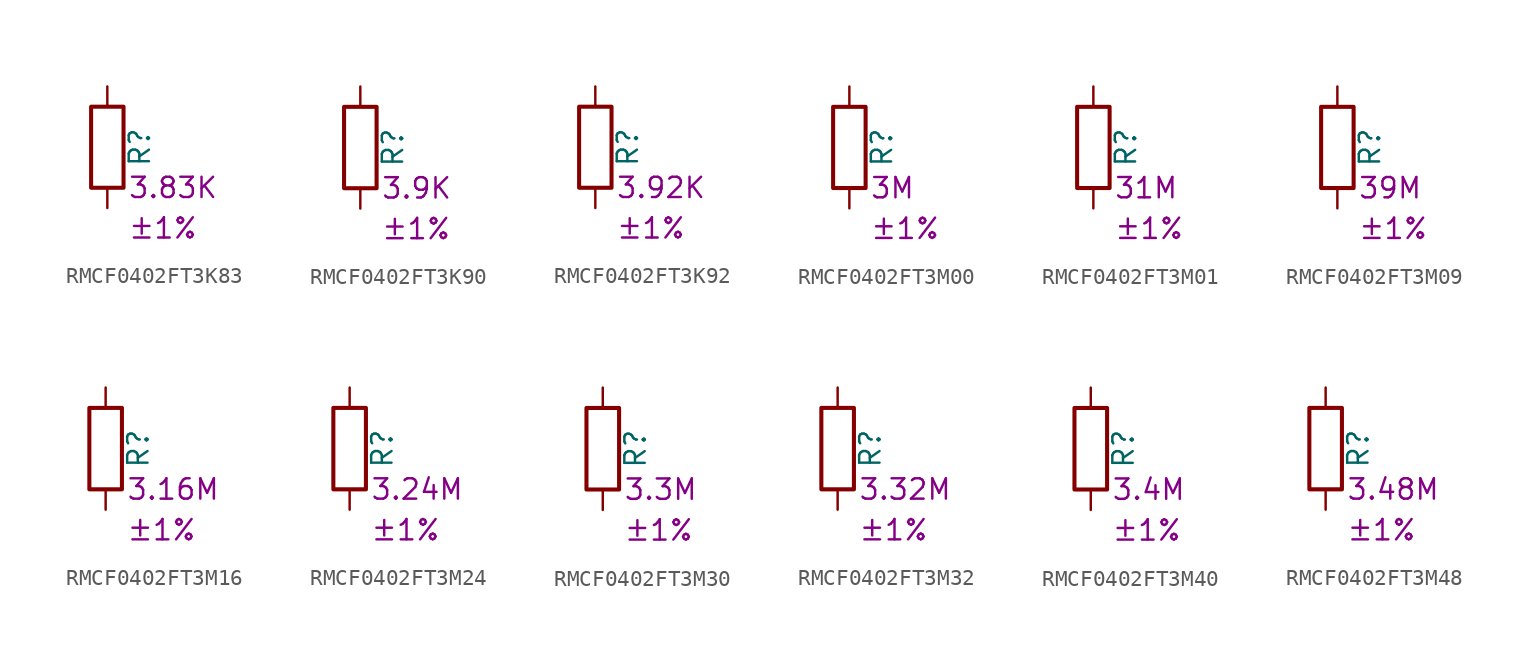
<source format=kicad_sym>
(kicad_symbol_lib
  (version 20220914)
  (generator kicad_symbol_editor)
  (symbol "RMCF0402FT3K83"
    (pin_numbers hide)
    (pin_names
      (offset 0))
    (property "Reference" "R"
      (at 2.032 0 90)
      (effects (font (size 1.27 1.27))))
    (property "Resistance" "3.83K"
      (at 1.27 -2.54 0)
      (effects (font (size 1.27 1.27)) (justify left)))
    (property "Tolerance" "±1%"
      (at 1.27 -5.08 0)
      (effects (font (size 1.27 1.27)) (justify left)))
    (symbol "RMCF0402FT3K83_0_1"
      (rectangle (start -1.016 -2.54) (end 1.016 2.54) (stroke (width 0.254) (type default)) (fill (type none))))
    (symbol "RMCF0402FT3K83_1_1"
      (pin passive line (at 0 3.81 270) (length 1.27) (name "~" (effects (font (size 1.27 1.27)))) (number "1" (effects (font (size 1.27 1.27)))))
      (pin passive line (at 0 -3.81 90) (length 1.27) (name "~" (effects (font (size 1.27 1.27)))) (number "2" (effects (font (size 1.27 1.27)))))))
  (symbol "RMCF0402FT3K90"
    (pin_numbers hide)
    (pin_names
      (offset 0))
    (property "Reference" "R"
      (at 2.032 0 90)
      (effects (font (size 1.27 1.27))))
    (property "Resistance" "3.9K"
      (at 1.27 -2.54 0)
      (effects (font (size 1.27 1.27)) (justify left)))
    (property "Tolerance" "±1%"
      (at 1.27 -5.08 0)
      (effects (font (size 1.27 1.27)) (justify left)))
    (symbol "RMCF0402FT3K90_0_1"
      (rectangle (start -1.016 -2.54) (end 1.016 2.54) (stroke (width 0.254) (type default)) (fill (type none))))
    (symbol "RMCF0402FT3K90_1_1"
      (pin passive line (at 0 3.81 270) (length 1.27) (name "~" (effects (font (size 1.27 1.27)))) (number "1" (effects (font (size 1.27 1.27)))))
      (pin passive line (at 0 -3.81 90) (length 1.27) (name "~" (effects (font (size 1.27 1.27)))) (number "2" (effects (font (size 1.27 1.27)))))))
  (symbol "RMCF0402FT3K92"
    (pin_numbers hide)
    (pin_names
      (offset 0))
    (property "Reference" "R"
      (at 2.032 0 90)
      (effects (font (size 1.27 1.27))))
    (property "Resistance" "3.92K"
      (at 1.27 -2.54 0)
      (effects (font (size 1.27 1.27)) (justify left)))
    (property "Tolerance" "±1%"
      (at 1.27 -5.08 0)
      (effects (font (size 1.27 1.27)) (justify left)))
    (symbol "RMCF0402FT3K92_0_1"
      (rectangle (start -1.016 -2.54) (end 1.016 2.54) (stroke (width 0.254) (type default)) (fill (type none))))
    (symbol "RMCF0402FT3K92_1_1"
      (pin passive line (at 0 3.81 270) (length 1.27) (name "~" (effects (font (size 1.27 1.27)))) (number "1" (effects (font (size 1.27 1.27)))))
      (pin passive line (at 0 -3.81 90) (length 1.27) (name "~" (effects (font (size 1.27 1.27)))) (number "2" (effects (font (size 1.27 1.27)))))))
  (symbol "RMCF0402FT3M00"
    (pin_numbers hide)
    (pin_names
      (offset 0))
    (property "Reference" "R"
      (at 2.032 0 90)
      (effects (font (size 1.27 1.27))))
    (property "Resistance" "3M"
      (at 1.27 -2.54 0)
      (effects (font (size 1.27 1.27)) (justify left)))
    (property "Tolerance" "±1%"
      (at 1.27 -5.08 0)
      (effects (font (size 1.27 1.27)) (justify left)))
    (symbol "RMCF0402FT3M00_0_1"
      (rectangle (start -1.016 -2.54) (end 1.016 2.54) (stroke (width 0.254) (type default)) (fill (type none))))
    (symbol "RMCF0402FT3M00_1_1"
      (pin passive line (at 0 3.81 270) (length 1.27) (name "~" (effects (font (size 1.27 1.27)))) (number "1" (effects (font (size 1.27 1.27)))))
      (pin passive line (at 0 -3.81 90) (length 1.27) (name "~" (effects (font (size 1.27 1.27)))) (number "2" (effects (font (size 1.27 1.27)))))))
  (symbol "RMCF0402FT3M01"
    (pin_numbers hide)
    (pin_names
      (offset 0))
    (property "Reference" "R"
      (at 2.032 0 90)
      (effects (font (size 1.27 1.27))))
    (property "Resistance" "31M"
      (at 1.27 -2.54 0)
      (effects (font (size 1.27 1.27)) (justify left)))
    (property "Tolerance" "±1%"
      (at 1.27 -5.08 0)
      (effects (font (size 1.27 1.27)) (justify left)))
    (symbol "RMCF0402FT3M01_0_1"
      (rectangle (start -1.016 -2.54) (end 1.016 2.54) (stroke (width 0.254) (type default)) (fill (type none))))
    (symbol "RMCF0402FT3M01_1_1"
      (pin passive line (at 0 3.81 270) (length 1.27) (name "~" (effects (font (size 1.27 1.27)))) (number "1" (effects (font (size 1.27 1.27)))))
      (pin passive line (at 0 -3.81 90) (length 1.27) (name "~" (effects (font (size 1.27 1.27)))) (number "2" (effects (font (size 1.27 1.27)))))))
  (symbol "RMCF0402FT3M09"
    (pin_numbers hide)
    (pin_names
      (offset 0))
    (property "Reference" "R"
      (at 2.032 0 90)
      (effects (font (size 1.27 1.27))))
    (property "Resistance" "39M"
      (at 1.27 -2.54 0)
      (effects (font (size 1.27 1.27)) (justify left)))
    (property "Tolerance" "±1%"
      (at 1.27 -5.08 0)
      (effects (font (size 1.27 1.27)) (justify left)))
    (symbol "RMCF0402FT3M09_0_1"
      (rectangle (start -1.016 -2.54) (end 1.016 2.54) (stroke (width 0.254) (type default)) (fill (type none))))
    (symbol "RMCF0402FT3M09_1_1"
      (pin passive line (at 0 3.81 270) (length 1.27) (name "~" (effects (font (size 1.27 1.27)))) (number "1" (effects (font (size 1.27 1.27)))))
      (pin passive line (at 0 -3.81 90) (length 1.27) (name "~" (effects (font (size 1.27 1.27)))) (number "2" (effects (font (size 1.27 1.27)))))))
  (symbol "RMCF0402FT3M16"
    (pin_numbers hide)
    (pin_names
      (offset 0))
    (property "Reference" "R"
      (at 2.032 0 90)
      (effects (font (size 1.27 1.27))))
    (property "Resistance" "3.16M"
      (at 1.27 -2.54 0)
      (effects (font (size 1.27 1.27)) (justify left)))
    (property "Tolerance" "±1%"
      (at 1.27 -5.08 0)
      (effects (font (size 1.27 1.27)) (justify left)))
    (symbol "RMCF0402FT3M16_0_1"
      (rectangle (start -1.016 -2.54) (end 1.016 2.54) (stroke (width 0.254) (type default)) (fill (type none))))
    (symbol "RMCF0402FT3M16_1_1"
      (pin passive line (at 0 3.81 270) (length 1.27) (name "~" (effects (font (size 1.27 1.27)))) (number "1" (effects (font (size 1.27 1.27)))))
      (pin passive line (at 0 -3.81 90) (length 1.27) (name "~" (effects (font (size 1.27 1.27)))) (number "2" (effects (font (size 1.27 1.27)))))))
  (symbol "RMCF0402FT3M24"
    (pin_numbers hide)
    (pin_names
      (offset 0))
    (property "Reference" "R"
      (at 2.032 0 90)
      (effects (font (size 1.27 1.27))))
    (property "Resistance" "3.24M"
      (at 1.27 -2.54 0)
      (effects (font (size 1.27 1.27)) (justify left)))
    (property "Tolerance" "±1%"
      (at 1.27 -5.08 0)
      (effects (font (size 1.27 1.27)) (justify left)))
    (symbol "RMCF0402FT3M24_0_1"
      (rectangle (start -1.016 -2.54) (end 1.016 2.54) (stroke (width 0.254) (type default)) (fill (type none))))
    (symbol "RMCF0402FT3M24_1_1"
      (pin passive line (at 0 3.81 270) (length 1.27) (name "~" (effects (font (size 1.27 1.27)))) (number "1" (effects (font (size 1.27 1.27)))))
      (pin passive line (at 0 -3.81 90) (length 1.27) (name "~" (effects (font (size 1.27 1.27)))) (number "2" (effects (font (size 1.27 1.27)))))))
  (symbol "RMCF0402FT3M30"
    (pin_numbers hide)
    (pin_names
      (offset 0))
    (property "Reference" "R"
      (at 2.032 0 90)
      (effects (font (size 1.27 1.27))))
    (property "Resistance" "3.3M"
      (at 1.27 -2.54 0)
      (effects (font (size 1.27 1.27)) (justify left)))
    (property "Tolerance" "±1%"
      (at 1.27 -5.08 0)
      (effects (font (size 1.27 1.27)) (justify left)))
    (symbol "RMCF0402FT3M30_0_1"
      (rectangle (start -1.016 -2.54) (end 1.016 2.54) (stroke (width 0.254) (type default)) (fill (type none))))
    (symbol "RMCF0402FT3M30_1_1"
      (pin passive line (at 0 3.81 270) (length 1.27) (name "~" (effects (font (size 1.27 1.27)))) (number "1" (effects (font (size 1.27 1.27)))))
      (pin passive line (at 0 -3.81 90) (length 1.27) (name "~" (effects (font (size 1.27 1.27)))) (number "2" (effects (font (size 1.27 1.27)))))))
  (symbol "RMCF0402FT3M32"
    (pin_numbers hide)
    (pin_names
      (offset 0))
    (property "Reference" "R"
      (at 2.032 0 90)
      (effects (font (size 1.27 1.27))))
    (property "Resistance" "3.32M"
      (at 1.27 -2.54 0)
      (effects (font (size 1.27 1.27)) (justify left)))
    (property "Tolerance" "±1%"
      (at 1.27 -5.08 0)
      (effects (font (size 1.27 1.27)) (justify left)))
    (symbol "RMCF0402FT3M32_0_1"
      (rectangle (start -1.016 -2.54) (end 1.016 2.54) (stroke (width 0.254) (type default)) (fill (type none))))
    (symbol "RMCF0402FT3M32_1_1"
      (pin passive line (at 0 3.81 270) (length 1.27) (name "~" (effects (font (size 1.27 1.27)))) (number "1" (effects (font (size 1.27 1.27)))))
      (pin passive line (at 0 -3.81 90) (length 1.27) (name "~" (effects (font (size 1.27 1.27)))) (number "2" (effects (font (size 1.27 1.27)))))))
  (symbol "RMCF0402FT3M40"
    (pin_numbers hide)
    (pin_names
      (offset 0))
    (property "Reference" "R"
      (at 2.032 0 90)
      (effects (font (size 1.27 1.27))))
    (property "Resistance" "3.4M"
      (at 1.27 -2.54 0)
      (effects (font (size 1.27 1.27)) (justify left)))
    (property "Tolerance" "±1%"
      (at 1.27 -5.08 0)
      (effects (font (size 1.27 1.27)) (justify left)))
    (symbol "RMCF0402FT3M40_0_1"
      (rectangle (start -1.016 -2.54) (end 1.016 2.54) (stroke (width 0.254) (type default)) (fill (type none))))
    (symbol "RMCF0402FT3M40_1_1"
      (pin passive line (at 0 3.81 270) (length 1.27) (name "~" (effects (font (size 1.27 1.27)))) (number "1" (effects (font (size 1.27 1.27)))))
      (pin passive line (at 0 -3.81 90) (length 1.27) (name "~" (effects (font (size 1.27 1.27)))) (number "2" (effects (font (size 1.27 1.27)))))))
  (symbol "RMCF0402FT3M48"
    (pin_numbers hide)
    (pin_names
      (offset 0))
    (property "Reference" "R"
      (at 2.032 0 90)
      (effects (font (size 1.27 1.27))))
    (property "Resistance" "3.48M"
      (at 1.27 -2.54 0)
      (effects (font (size 1.27 1.27)) (justify left)))
    (property "Tolerance" "±1%"
      (at 1.27 -5.08 0)
      (effects (font (size 1.27 1.27)) (justify left)))
    (symbol "RMCF0402FT3M48_0_1"
      (rectangle (start -1.016 -2.54) (end 1.016 2.54) (stroke (width 0.254) (type default)) (fill (type none))))
    (symbol "RMCF0402FT3M48_1_1"
      (pin passive line (at 0 3.81 270) (length 1.27) (name "~" (effects (font (size 1.27 1.27)))) (number "1" (effects (font (size 1.27 1.27)))))
      (pin passive line (at 0 -3.81 90) (length 1.27) (name "~" (effects (font (size 1.27 1.27)))) (number "2" (effects (font (size 1.27 1.27))))))))
</source>
